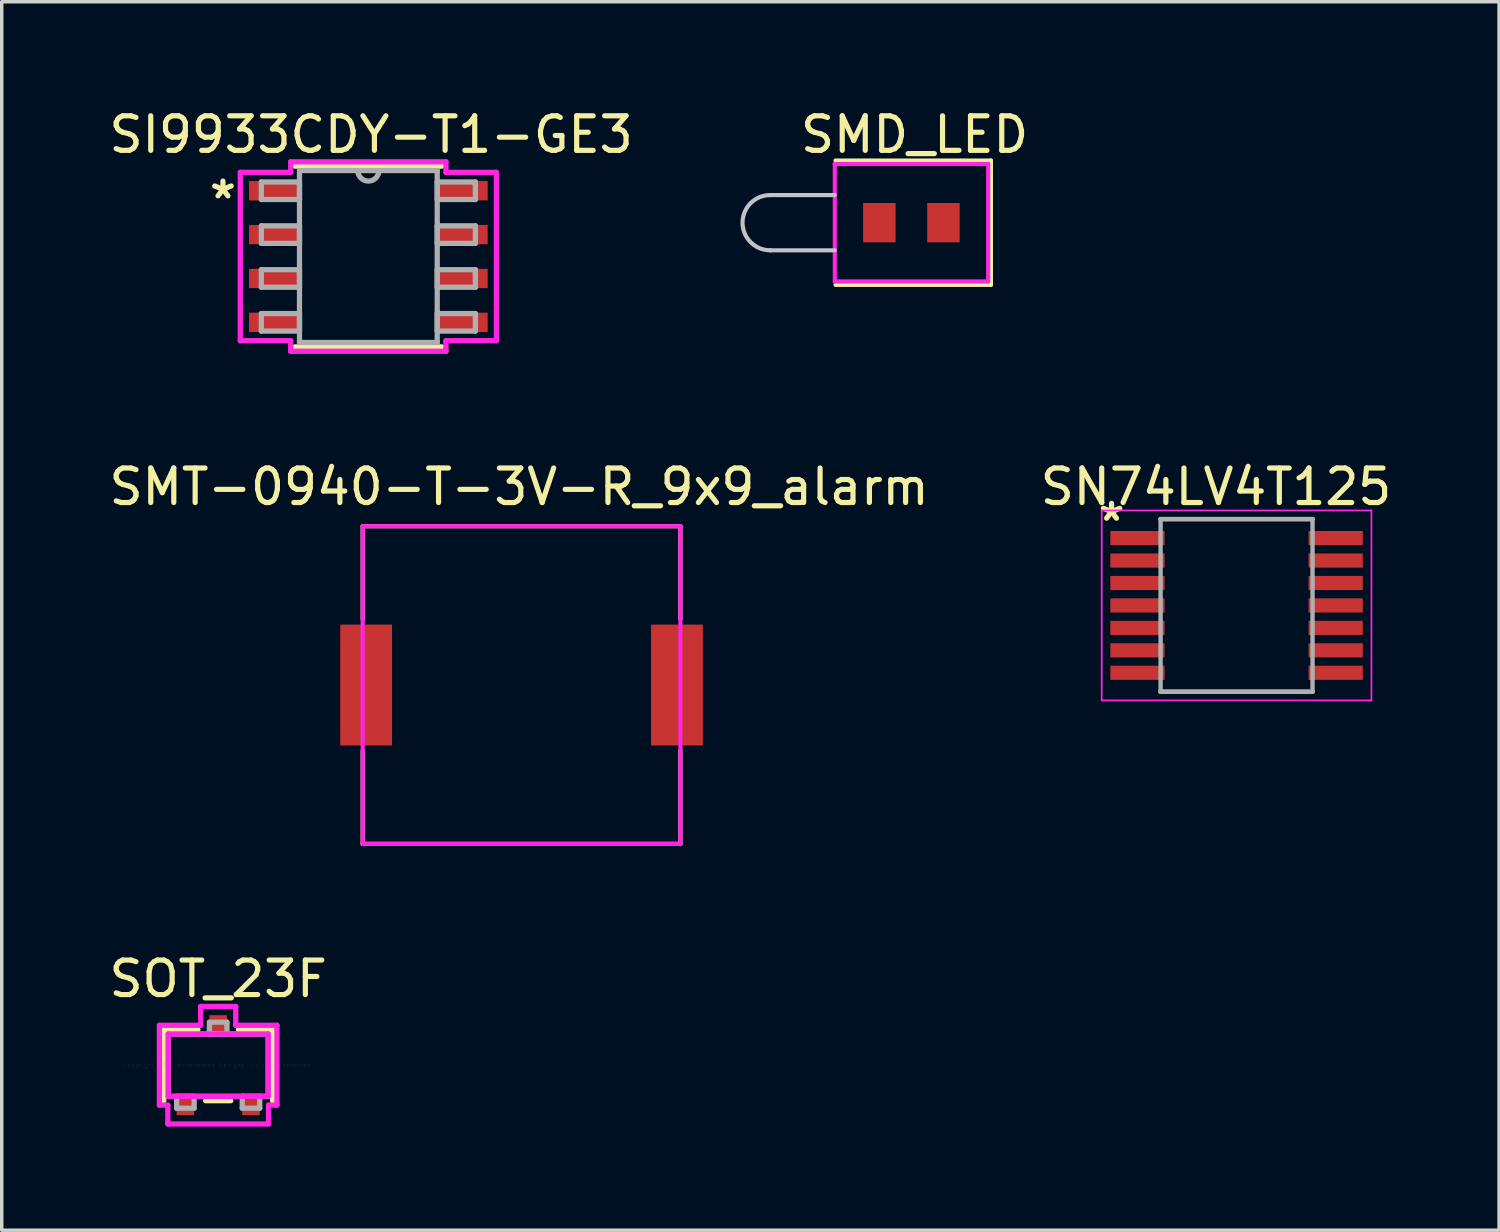
<source format=kicad_pcb>
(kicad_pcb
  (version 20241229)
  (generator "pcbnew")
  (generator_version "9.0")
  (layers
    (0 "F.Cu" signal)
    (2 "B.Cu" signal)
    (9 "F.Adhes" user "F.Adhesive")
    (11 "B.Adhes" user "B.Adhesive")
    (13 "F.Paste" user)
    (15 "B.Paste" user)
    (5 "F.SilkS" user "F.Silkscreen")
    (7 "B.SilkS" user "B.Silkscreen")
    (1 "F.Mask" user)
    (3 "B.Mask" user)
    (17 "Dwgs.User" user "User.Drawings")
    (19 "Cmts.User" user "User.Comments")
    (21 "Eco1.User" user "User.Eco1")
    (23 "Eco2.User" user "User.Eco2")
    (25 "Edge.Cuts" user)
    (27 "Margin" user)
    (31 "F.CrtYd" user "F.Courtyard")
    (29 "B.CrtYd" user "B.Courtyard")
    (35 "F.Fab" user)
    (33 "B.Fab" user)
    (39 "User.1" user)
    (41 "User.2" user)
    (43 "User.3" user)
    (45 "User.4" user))
  (footprint "SI9933CDY-T1-GE3"
    (layer "F.Cu")
    (at 7.616 4.378)
    (property "Reference" "SI9933CDY-T1-GE3" (at 0.08 -3.53 0) (layer "F.SilkS") (effects (font (size 1 1) (thickness 0.15))))
    (attr through_hole)
    (fp_line (start -2.121 2.616) (end 2.121 2.616) (stroke (width 0.152) (type solid)) (layer "F.SilkS"))
    (fp_line (start 2.121 -2.616) (end -2.121 -2.616) (stroke (width 0.152) (type solid)) (layer "F.SilkS"))
    (fp_line (start -3.708 -2.438) (end -2.248 -2.438) (stroke (width 0.152) (type solid)) (layer "F.CrtYd"))
    (fp_line (start -3.708 2.438) (end -3.708 -2.438) (stroke (width 0.152) (type solid)) (layer "F.CrtYd"))
    (fp_line (start -2.248 -2.743) (end 2.248 -2.743) (stroke (width 0.152) (type solid)) (layer "F.CrtYd"))
    (fp_line (start -2.248 -2.438) (end -2.248 -2.743) (stroke (width 0.152) (type solid)) (layer "F.CrtYd"))
    (fp_line (start -2.248 2.438) (end -3.708 2.438) (stroke (width 0.152) (type solid)) (layer "F.CrtYd"))
    (fp_line (start -2.248 2.743) (end -2.248 2.438) (stroke (width 0.152) (type solid)) (layer "F.CrtYd"))
    (fp_line (start 2.248 -2.743) (end 2.248 -2.438) (stroke (width 0.152) (type solid)) (layer "F.CrtYd"))
    (fp_line (start 2.248 -2.438) (end 3.708 -2.438) (stroke (width 0.152) (type solid)) (layer "F.CrtYd"))
    (fp_line (start 2.248 2.438) (end 2.248 2.743) (stroke (width 0.152) (type solid)) (layer "F.CrtYd"))
    (fp_line (start 2.248 2.743) (end -2.248 2.743) (stroke (width 0.152) (type solid)) (layer "F.CrtYd"))
    (fp_line (start 3.708 -2.438) (end 3.708 2.438) (stroke (width 0.152) (type solid)) (layer "F.CrtYd"))
    (fp_line (start 3.708 2.438) (end 2.248 2.438) (stroke (width 0.152) (type solid)) (layer "F.CrtYd"))
    (fp_line (start -3.099 -2.159) (end -3.099 -1.651) (stroke (width 0.152) (type solid)) (layer "F.Fab"))
    (fp_line (start -3.099 -1.651) (end -1.994 -1.651) (stroke (width 0.152) (type solid)) (layer "F.Fab"))
    (fp_line (start -3.099 -0.889) (end -3.099 -0.381) (stroke (width 0.152) (type solid)) (layer "F.Fab"))
    (fp_line (start -3.099 -0.381) (end -1.994 -0.381) (stroke (width 0.152) (type solid)) (layer "F.Fab"))
    (fp_line (start -3.099 0.381) (end -3.099 0.889) (stroke (width 0.152) (type solid)) (layer "F.Fab"))
    (fp_line (start -3.099 0.889) (end -1.994 0.889) (stroke (width 0.152) (type solid)) (layer "F.Fab"))
    (fp_line (start -3.099 1.651) (end -3.099 2.159) (stroke (width 0.152) (type solid)) (layer "F.Fab"))
    (fp_line (start -3.099 2.159) (end -1.994 2.159) (stroke (width 0.152) (type solid)) (layer "F.Fab"))
    (fp_line (start -1.994 -2.489) (end -1.994 2.489) (stroke (width 0.152) (type solid)) (layer "F.Fab"))
    (fp_line (start -1.994 -2.159) (end -3.099 -2.159) (stroke (width 0.152) (type solid)) (layer "F.Fab"))
    (fp_line (start -1.994 -1.651) (end -1.994 -2.159) (stroke (width 0.152) (type solid)) (layer "F.Fab"))
    (fp_line (start -1.994 -0.889) (end -3.099 -0.889) (stroke (width 0.152) (type solid)) (layer "F.Fab"))
    (fp_line (start -1.994 -0.381) (end -1.994 -0.889) (stroke (width 0.152) (type solid)) (layer "F.Fab"))
    (fp_line (start -1.994 0.381) (end -3.099 0.381) (stroke (width 0.152) (type solid)) (layer "F.Fab"))
    (fp_line (start -1.994 0.889) (end -1.994 0.381) (stroke (width 0.152) (type solid)) (layer "F.Fab"))
    (fp_line (start -1.994 1.651) (end -3.099 1.651) (stroke (width 0.152) (type solid)) (layer "F.Fab"))
    (fp_line (start -1.994 2.159) (end -1.994 1.651) (stroke (width 0.152) (type solid)) (layer "F.Fab"))
    (fp_line (start -1.994 2.489) (end 1.994 2.489) (stroke (width 0.152) (type solid)) (layer "F.Fab"))
    (fp_line (start 1.994 -2.489) (end -1.994 -2.489) (stroke (width 0.152) (type solid)) (layer "F.Fab"))
    (fp_line (start 1.994 -2.159) (end 1.994 -1.651) (stroke (width 0.152) (type solid)) (layer "F.Fab"))
    (fp_line (start 1.994 -1.651) (end 3.099 -1.651) (stroke (width 0.152) (type solid)) (layer "F.Fab"))
    (fp_line (start 1.994 -0.889) (end 1.994 -0.381) (stroke (width 0.152) (type solid)) (layer "F.Fab"))
    (fp_line (start 1.994 -0.381) (end 3.099 -0.381) (stroke (width 0.152) (type solid)) (layer "F.Fab"))
    (fp_line (start 1.994 0.381) (end 1.994 0.889) (stroke (width 0.152) (type solid)) (layer "F.Fab"))
    (fp_line (start 1.994 0.889) (end 3.099 0.889) (stroke (width 0.152) (type solid)) (layer "F.Fab"))
    (fp_line (start 1.994 1.651) (end 1.994 2.159) (stroke (width 0.152) (type solid)) (layer "F.Fab"))
    (fp_line (start 1.994 2.159) (end 3.099 2.159) (stroke (width 0.152) (type solid)) (layer "F.Fab"))
    (fp_line (start 1.994 2.489) (end 1.994 -2.489) (stroke (width 0.152) (type solid)) (layer "F.Fab"))
    (fp_line (start 3.099 -2.159) (end 1.994 -2.159) (stroke (width 0.152) (type solid)) (layer "F.Fab"))
    (fp_line (start 3.099 -1.651) (end 3.099 -2.159) (stroke (width 0.152) (type solid)) (layer "F.Fab"))
    (fp_line (start 3.099 -0.889) (end 1.994 -0.889) (stroke (width 0.152) (type solid)) (layer "F.Fab"))
    (fp_line (start 3.099 -0.381) (end 3.099 -0.889) (stroke (width 0.152) (type solid)) (layer "F.Fab"))
    (fp_line (start 3.099 0.381) (end 1.994 0.381) (stroke (width 0.152) (type solid)) (layer "F.Fab"))
    (fp_line (start 3.099 0.889) (end 3.099 0.381) (stroke (width 0.152) (type solid)) (layer "F.Fab"))
    (fp_line (start 3.099 1.651) (end 1.994 1.651) (stroke (width 0.152) (type solid)) (layer "F.Fab"))
    (fp_line (start 3.099 2.159) (end 3.099 1.651) (stroke (width 0.152) (type solid)) (layer "F.Fab"))
    (fp_arc (start 0.3048 -2.4892) (mid 0 -2.1844) (end -0.3048 -2.4892) (stroke (width 0.1524) (type solid)) (layer "F.Fab"))
    (fp_text user "*" (at -4.21 -1.64 0) (layer "F.SilkS") (effects (font (size 1 1) (thickness 0.15))))
    (pad "1" smd rect (at -2.724 -1.905) (size 1.46 0.559) (layers "F.Cu" "F.Mask" "F.Paste"))
    (pad "2" smd rect (at -2.724 -0.635) (size 1.46 0.559) (layers "F.Cu" "F.Mask" "F.Paste"))
    (pad "3" smd rect (at -2.724 0.635) (size 1.46 0.559) (layers "F.Cu" "F.Mask" "F.Paste"))
    (pad "4" smd rect (at -2.724 1.905) (size 1.46 0.559) (layers "F.Cu" "F.Mask" "F.Paste"))
    (pad "5" smd rect (at 2.724 1.905) (size 1.46 0.559) (layers "F.Cu" "F.Mask" "F.Paste"))
    (pad "6" smd rect (at 2.724 0.635) (size 1.46 0.559) (layers "F.Cu" "F.Mask" "F.Paste"))
    (pad "7" smd rect (at 2.724 -0.635) (size 1.46 0.559) (layers "F.Cu" "F.Mask" "F.Paste"))
    (pad "8" smd rect (at 2.724 -1.905) (size 1.46 0.559) (layers "F.Cu" "F.Mask" "F.Paste")))
  (footprint "SOT_23F"
    (layer "F.Cu")
    (at 3.268 27.794)
    (property "Reference" "SOT_23F" (at 0 -2.5 0) (layer "F.SilkS") (effects (font (size 1 1) (thickness 0.15))))
    (attr through_hole)
    (fp_line (start -1.575 -1.029) (end -1.575 1.029) (stroke (width 0.152) (type solid)) (layer "F.SilkS"))
    (fp_line (start -0.587 -1.029) (end -1.575 -1.029) (stroke (width 0.152) (type solid)) (layer "F.SilkS"))
    (fp_line (start -0.363 1.029) (end 0.363 1.029) (stroke (width 0.152) (type solid)) (layer "F.SilkS"))
    (fp_line (start 1.575 -1.029) (end 0.587 -1.029) (stroke (width 0.152) (type solid)) (layer "F.SilkS"))
    (fp_line (start 1.575 1.029) (end 1.575 -1.029) (stroke (width 0.152) (type solid)) (layer "F.SilkS"))
    (fp_line (start -1.702 -1.156) (end -0.508 -1.156) (stroke (width 0.152) (type solid)) (layer "F.CrtYd"))
    (fp_line (start -1.702 1.156) (end -1.702 -1.156) (stroke (width 0.152) (type solid)) (layer "F.CrtYd"))
    (fp_line (start -1.458 1.156) (end -1.702 1.156) (stroke (width 0.152) (type solid)) (layer "F.CrtYd"))
    (fp_line (start -1.458 1.702) (end -1.458 1.156) (stroke (width 0.152) (type solid)) (layer "F.CrtYd"))
    (fp_line (start -1.448 -0.902) (end 1.448 -0.902) (stroke (width 0.152) (type solid)) (layer "F.CrtYd"))
    (fp_line (start -1.448 0.902) (end -1.448 -0.902) (stroke (width 0.152) (type solid)) (layer "F.CrtYd"))
    (fp_line (start -0.508 -1.702) (end 0.508 -1.702) (stroke (width 0.152) (type solid)) (layer "F.CrtYd"))
    (fp_line (start -0.508 -1.156) (end -0.508 -1.702) (stroke (width 0.152) (type solid)) (layer "F.CrtYd"))
    (fp_line (start 0.508 -1.702) (end 0.508 -1.156) (stroke (width 0.152) (type solid)) (layer "F.CrtYd"))
    (fp_line (start 0.508 -1.156) (end 1.702 -1.156) (stroke (width 0.152) (type solid)) (layer "F.CrtYd"))
    (fp_line (start 1.448 -0.902) (end 1.448 0.902) (stroke (width 0.152) (type solid)) (layer "F.CrtYd"))
    (fp_line (start 1.448 0.902) (end -1.448 0.902) (stroke (width 0.152) (type solid)) (layer "F.CrtYd"))
    (fp_line (start 1.458 1.156) (end 1.458 1.702) (stroke (width 0.152) (type solid)) (layer "F.CrtYd"))
    (fp_line (start 1.458 1.702) (end -1.458 1.702) (stroke (width 0.152) (type solid)) (layer "F.CrtYd"))
    (fp_line (start 1.702 -1.156) (end 1.702 1.156) (stroke (width 0.152) (type solid)) (layer "F.CrtYd"))
    (fp_line (start 1.702 1.156) (end 1.458 1.156) (stroke (width 0.152) (type solid)) (layer "F.CrtYd"))
    (fp_line (start -1.448 -0.902) (end -1.448 0.902) (stroke (width 0.152) (type solid)) (layer "F.Fab"))
    (fp_line (start -1.448 0.902) (end 1.448 0.902) (stroke (width 0.152) (type solid)) (layer "F.Fab"))
    (fp_line (start -1.204 0.902) (end -1.204 1.245) (stroke (width 0.152) (type solid)) (layer "F.Fab"))
    (fp_line (start -1.204 1.245) (end -0.696 1.245) (stroke (width 0.152) (type solid)) (layer "F.Fab"))
    (fp_line (start -0.696 0.902) (end -1.204 0.902) (stroke (width 0.152) (type solid)) (layer "F.Fab"))
    (fp_line (start -0.696 1.245) (end -0.696 0.902) (stroke (width 0.152) (type solid)) (layer "F.Fab"))
    (fp_line (start -0.254 -1.245) (end -0.254 -0.902) (stroke (width 0.152) (type solid)) (layer "F.Fab"))
    (fp_line (start -0.254 -0.902) (end 0.254 -0.902) (stroke (width 0.152) (type solid)) (layer "F.Fab"))
    (fp_line (start 0.254 -1.245) (end -0.254 -1.245) (stroke (width 0.152) (type solid)) (layer "F.Fab"))
    (fp_line (start 0.254 -0.902) (end 0.254 -1.245) (stroke (width 0.152) (type solid)) (layer "F.Fab"))
    (fp_line (start 0.696 0.902) (end 0.696 1.245) (stroke (width 0.152) (type solid)) (layer "F.Fab"))
    (fp_line (start 0.696 1.245) (end 1.204 1.245) (stroke (width 0.152) (type solid)) (layer "F.Fab"))
    (fp_line (start 1.204 0.902) (end 0.696 0.902) (stroke (width 0.152) (type solid)) (layer "F.Fab"))
    (fp_line (start 1.204 1.245) (end 1.204 0.902) (stroke (width 0.152) (type solid)) (layer "F.Fab"))
    (fp_line (start 1.448 -0.902) (end -1.448 -0.902) (stroke (width 0.152) (type solid)) (layer "F.Fab"))
    (fp_line (start 1.448 0.902) (end 1.448 -0.902) (stroke (width 0.152) (type solid)) (layer "F.Fab"))
    (fp_text user "Copyright 2016 Accelerated Designs. All rights reserved." (at 0 0 0) (layer "Cmts.User") (effects (font (size 0.127 0.127) (thickness 0.002))))
    (pad "1" smd rect (at -0.95 1.194) (size 0.508 0.508) (layers "F.Cu" "F.Mask" "F.Paste"))
    (pad "2" smd rect (at 0.95 1.194) (size 0.508 0.508) (layers "F.Cu" "F.Mask" "F.Paste"))
    (pad "3" smd rect (at 0 -1.194) (size 0.508 0.508) (layers "F.Cu" "F.Mask" "F.Paste")))
  (footprint "SMD_LED"
    (layer "F.Cu")
    (at 23.343 3.398)
    (property "Reference" "SMD_LED" (at 0.09 -2.55 0) (layer "F.SilkS") (effects (font (size 1 1) (thickness 0.15))))
    (attr through_hole)
    (fp_line (start -2.2 -1.8) (end 2.3 -1.8) (stroke (width 0.12) (type solid)) (layer "F.SilkS"))
    (fp_line (start 2.3 -1.8) (end 2.3 1.8) (stroke (width 0.12) (type solid)) (layer "F.SilkS"))
    (fp_line (start 2.3 1.8) (end -2.2 1.8) (stroke (width 0.12) (type solid)) (layer "F.SilkS"))
    (fp_line (start -2.22 -0.8) (end -4.09 -0.8) (stroke (width 0.12) (type solid)) (layer "Dwgs.User"))
    (fp_line (start -2.22 0.8) (end -4.09 0.8) (stroke (width 0.12) (type solid)) (layer "Dwgs.User"))
    (fp_arc (start -4.080226 0.79994) (mid -4.889985 0.004887) (end -4.09 -0.8) (stroke (width 0.12) (type solid)) (layer "Dwgs.User"))
    (fp_line (start -2.22 -1.7) (end -2.2 -1.7) (stroke (width 0.12) (type solid)) (layer "F.CrtYd"))
    (fp_line (start -2.22 -1.7) (end 2.22 -1.7) (stroke (width 0.12) (type solid)) (layer "F.CrtYd"))
    (fp_line (start -2.22 1.7) (end -2.22 -1.7) (stroke (width 0.12) (type solid)) (layer "F.CrtYd"))
    (fp_line (start -2.22 1.7) (end 2.22 1.7) (stroke (width 0.12) (type solid)) (layer "F.CrtYd"))
    (fp_line (start -2.2 -1.7) (end -2.22 -1.7) (stroke (width 0.12) (type solid)) (layer "F.CrtYd"))
    (fp_line (start 2.22 -1.7) (end 2.22 1.7) (stroke (width 0.12) (type solid)) (layer "F.CrtYd"))
    (pad "A" smd rect (at -0.93 0) (size 0.94 1.14) (layers "F.Cu" "F.Mask" "F.Paste"))
    (pad "K" smd rect (at 0.925 0) (size 0.94 1.14) (layers "F.Cu" "F.Mask" "F.Paste")))
  (footprint "SMT-0940-T-3V-R_9x9_alarm"
    (layer "F.Cu")
    (at 12.052 12.286)
    (property "Reference" "SMT-0940-T-3V-R_9x9_alarm" (at -0.07 -1.24 0) (layer "F.SilkS") (effects (font (size 1 1) (thickness 0.15))))
    (attr through_hole)
    (fp_line (start -4.6 -0.1) (end -4.6 2.6) (stroke (width 0.12) (type solid)) (layer "F.SilkS"))
    (fp_line (start -4.6 -0.1) (end 4.6 -0.1) (stroke (width 0.12) (type solid)) (layer "F.SilkS"))
    (fp_line (start -4.6 9.1) (end -4.6 6.4) (stroke (width 0.12) (type solid)) (layer "F.SilkS"))
    (fp_line (start -4.6 9.1) (end 4.6 9.1) (stroke (width 0.12) (type solid)) (layer "F.SilkS"))
    (fp_line (start 4.6 -0.1) (end 4.6 2.6) (stroke (width 0.12) (type solid)) (layer "F.SilkS"))
    (fp_line (start 4.6 9.1) (end 4.6 6.4) (stroke (width 0.12) (type solid)) (layer "F.SilkS"))
    (fp_line (start -4.6 -0.1) (end 4.6 -0.1) (stroke (width 0.12) (type solid)) (layer "F.CrtYd"))
    (fp_line (start -4.6 9.1) (end -4.6 -0.1) (stroke (width 0.12) (type solid)) (layer "F.CrtYd"))
    (fp_line (start 4.6 -0.1) (end 4.6 9.1) (stroke (width 0.12) (type solid)) (layer "F.CrtYd"))
    (fp_line (start 4.6 9.1) (end -4.6 9.1) (stroke (width 0.12) (type solid)) (layer "F.CrtYd"))
    (pad "1" smd rect (at -4.5 4.5) (size 1.5 3.5) (layers "F.Cu" "F.Mask" "F.Paste"))
    (pad "2" smd rect (at 4.5 4.5) (size 1.5 3.5) (layers "F.Cu" "F.Mask" "F.Paste")))
  (footprint "SN74LV4T125"
    (layer "F.Cu")
    (at 32.756 14.481)
    (property "Reference" "SN74LV4T125" (at -0.595 -3.435 0) (layer "F.SilkS") (effects (font (size 1 1) (thickness 0.15))))
    (attr through_hole)
    (fp_line (start -2.2 -2.5) (end 2.2 -2.5) (stroke (width 0.127) (type solid)) (layer "F.SilkS"))
    (fp_line (start -2.2 2.5) (end 2.2 2.5) (stroke (width 0.127) (type solid)) (layer "F.SilkS"))
    (fp_line (start -3.905 -2.75) (end -3.905 2.75) (stroke (width 0.05) (type solid)) (layer "F.CrtYd"))
    (fp_line (start -3.905 -2.75) (end 3.905 -2.75) (stroke (width 0.05) (type solid)) (layer "F.CrtYd"))
    (fp_line (start -3.905 2.75) (end 3.905 2.75) (stroke (width 0.05) (type solid)) (layer "F.CrtYd"))
    (fp_line (start 3.905 -2.75) (end 3.905 2.75) (stroke (width 0.05) (type solid)) (layer "F.CrtYd"))
    (fp_line (start -2.2 -2.5) (end -2.2 2.5) (stroke (width 0.127) (type solid)) (layer "F.Fab"))
    (fp_line (start -2.2 -2.5) (end 2.2 -2.5) (stroke (width 0.127) (type solid)) (layer "F.Fab"))
    (fp_line (start -2.2 2.5) (end 2.2 2.5) (stroke (width 0.127) (type solid)) (layer "F.Fab"))
    (fp_line (start 2.2 -2.5) (end 2.2 2.5) (stroke (width 0.127) (type solid)) (layer "F.Fab"))
    (fp_text user "*" (at -3.62 -2.41 0) (layer "F.SilkS") (effects (font (size 1 1) (thickness 0.15))))
    (pad "1" smd rect (at -2.87 -1.95) (size 1.57 0.41) (layers "F.Cu" "F.Mask" "F.Paste"))
    (pad "2" smd rect (at -2.87 -1.3) (size 1.57 0.41) (layers "F.Cu" "F.Mask" "F.Paste"))
    (pad "3" smd rect (at -2.87 -0.65) (size 1.57 0.41) (layers "F.Cu" "F.Mask" "F.Paste"))
    (pad "4" smd rect (at -2.87 0) (size 1.57 0.41) (layers "F.Cu" "F.Mask" "F.Paste"))
    (pad "5" smd rect (at -2.87 0.65) (size 1.57 0.41) (layers "F.Cu" "F.Mask" "F.Paste"))
    (pad "6" smd rect (at -2.87 1.3) (size 1.57 0.41) (layers "F.Cu" "F.Mask" "F.Paste"))
    (pad "7" smd rect (at -2.87 1.95) (size 1.57 0.41) (layers "F.Cu" "F.Mask" "F.Paste"))
    (pad "8" smd rect (at 2.87 1.95) (size 1.57 0.41) (layers "F.Cu" "F.Mask" "F.Paste"))
    (pad "9" smd rect (at 2.87 1.3) (size 1.57 0.41) (layers "F.Cu" "F.Mask" "F.Paste"))
    (pad "10" smd rect (at 2.87 0.65) (size 1.57 0.41) (layers "F.Cu" "F.Mask" "F.Paste"))
    (pad "11" smd rect (at 2.87 0) (size 1.57 0.41) (layers "F.Cu" "F.Mask" "F.Paste"))
    (pad "12" smd rect (at 2.87 -0.65) (size 1.57 0.41) (layers "F.Cu" "F.Mask" "F.Paste"))
    (pad "13" smd rect (at 2.87 -1.3) (size 1.57 0.41) (layers "F.Cu" "F.Mask" "F.Paste"))
    (pad "14" smd rect (at 2.87 -1.95) (size 1.57 0.41) (layers "F.Cu" "F.Mask" "F.Paste")))
  (gr_rect
    (start -3 -3)
    (end 40.357 32.572)
    (stroke (width 0.1) (type default))
    (fill no)
    (layer "Edge.Cuts")))
</source>
